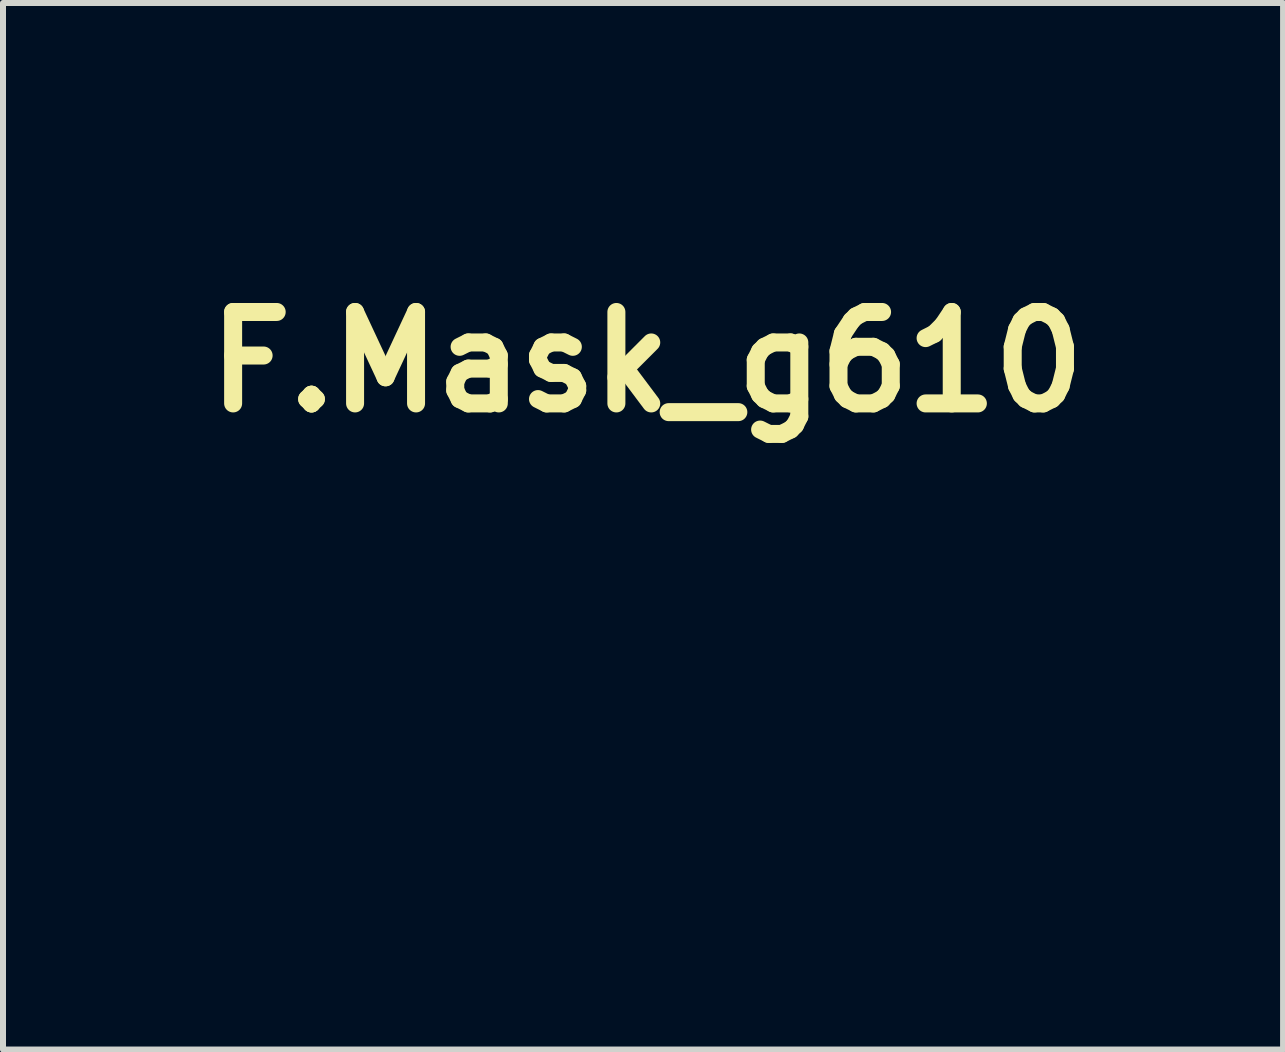
<source format=kicad_pcb>
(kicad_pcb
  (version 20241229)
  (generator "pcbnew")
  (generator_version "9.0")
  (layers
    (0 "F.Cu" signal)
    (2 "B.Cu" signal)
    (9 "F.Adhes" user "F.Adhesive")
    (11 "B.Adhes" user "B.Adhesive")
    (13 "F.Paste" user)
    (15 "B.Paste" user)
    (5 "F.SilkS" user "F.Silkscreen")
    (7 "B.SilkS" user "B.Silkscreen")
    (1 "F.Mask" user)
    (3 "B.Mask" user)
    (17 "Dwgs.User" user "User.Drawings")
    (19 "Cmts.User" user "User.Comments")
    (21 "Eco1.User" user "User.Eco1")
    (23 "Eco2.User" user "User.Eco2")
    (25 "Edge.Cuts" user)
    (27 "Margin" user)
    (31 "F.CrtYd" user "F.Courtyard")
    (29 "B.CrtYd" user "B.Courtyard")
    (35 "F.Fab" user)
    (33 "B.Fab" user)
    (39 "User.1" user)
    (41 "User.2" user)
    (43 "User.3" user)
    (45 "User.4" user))
  (footprint "F.Mask_g610"
    (layer "F.Cu")
    (at 7.729 2.983)
    (property "Reference" "F.Mask_g610" (at 0 0 0) (layer "F.SilkS") (effects (font (size 1.524 1.524) (thickness 0.3))))
    (attr through_hole)
    (fp_poly (pts (xy 7.408 3.281) (xy 7.505 3.282) (xy 7.566 3.289) (xy 7.594 3.306) (xy 7.596 3.338) (xy 7.577 3.389) (xy 7.563 3.418) (xy 7.527 3.493) (xy 7.174 3.493) (xy 7.187 3.413) (xy 7.198 3.352) (xy 7.211 3.313) (xy 7.236 3.292) (xy 7.282 3.283) (xy 7.356 3.281) (xy 7.408 3.281)) (stroke (width 0.01) (type solid)) (fill yes) (layer "F.Mask"))
    (fp_poly (pts (xy 6.824 4.215) (xy 6.834 4.31) (xy 6.835 4.424) (xy 6.826 4.535) (xy 6.823 4.556) (xy 6.81 4.636) (xy -7.038 4.634) (xy -7.17 4.413) (xy -7.221 4.326) (xy -7.263 4.252) (xy -7.292 4.197) (xy -7.302 4.171) (xy -7.303 4.171) (xy -7.285 4.168) (xy -7.234 4.166) (xy -7.148 4.164) (xy -7.026 4.162) (xy -6.868 4.161) (xy -6.675 4.159) (xy -6.445 4.158) (xy -6.178 4.156) (xy -5.873 4.155) (xy -5.531 4.154) (xy -5.15 4.153) (xy -4.731 4.152) (xy -4.273 4.151) (xy -3.775 4.15) (xy -3.237 4.15) (xy -2.659 4.149) (xy -2.039 4.149) (xy -1.379 4.149) (xy -0.677 4.149) (xy -0.246 4.149) (xy 6.81 4.149) (xy 6.824 4.215)) (stroke (width 0.01) (type solid)) (fill yes) (layer "F.Mask"))
    (fp_poly (pts (xy -0.088 5.191) (xy 0.436 5.191) (xy 0.95 5.192) (xy 1.451 5.193) (xy 1.937 5.193) (xy 2.408 5.194) (xy 2.862 5.195) (xy 3.297 5.196) (xy 3.711 5.197) (xy 4.103 5.198) (xy 4.471 5.199) (xy 4.813 5.2) (xy 5.129 5.201) (xy 5.415 5.202) (xy 5.672 5.204) (xy 5.896 5.205) (xy 6.087 5.206) (xy 6.243 5.207) (xy 6.362 5.209) (xy 6.443 5.21) (xy 6.484 5.211) (xy 6.489 5.212) (xy 6.483 5.234) (xy 6.453 5.282) (xy 6.404 5.349) (xy 6.341 5.429) (xy 6.268 5.516) (xy 6.189 5.605) (xy 6.141 5.657) (xy 6.026 5.779) (xy -0.072 5.777) (xy -6.17 5.776) (xy -6.329 5.583) (xy -6.401 5.494) (xy -6.473 5.406) (xy -6.535 5.33) (xy -6.569 5.287) (xy -6.65 5.185) (xy -0.088 5.191)) (stroke (width 0.01) (type solid)) (fill yes) (layer "F.Mask"))
    (fp_poly (pts (xy 0.084 8.26) (xy 0.312 8.261) (xy 0.534 8.261) (xy 0.745 8.262) (xy 0.941 8.263) (xy 1.119 8.265) (xy 1.273 8.266) (xy 1.4 8.268) (xy 1.496 8.27) (xy 1.557 8.272) (xy 1.577 8.274) (xy 1.593 8.282) (xy 1.58 8.291) (xy 1.534 8.302) (xy 1.452 8.318) (xy 1.344 8.336) (xy 0.949 8.391) (xy 0.575 8.428) (xy 0.204 8.447) (xy -0.179 8.45) (xy -0.445 8.443) (xy -0.571 8.439) (xy -0.676 8.434) (xy -0.768 8.428) (xy -0.856 8.42) (xy -0.948 8.41) (xy -1.053 8.396) (xy -1.18 8.378) (xy -1.337 8.354) (xy -1.397 8.344) (xy -1.534 8.323) (xy -1.631 8.305) (xy -1.69 8.292) (xy -1.715 8.281) (xy -1.706 8.274) (xy -1.704 8.274) (xy -1.671 8.271) (xy -1.6 8.269) (xy -1.495 8.267) (xy -1.36 8.265) (xy -1.199 8.264) (xy -1.016 8.263) (xy -0.815 8.262) (xy -0.601 8.261) (xy -0.377 8.26) (xy -0.147 8.26) (xy 0.084 8.26)) (stroke (width 0.01) (type solid)) (fill yes) (layer "F.Mask"))
    (fp_poly (pts (xy -0.571 6.226) (xy -0.153 6.226) (xy 0.265 6.226) (xy 0.682 6.226) (xy 1.095 6.227) (xy 1.501 6.227) (xy 1.899 6.228) (xy 2.286 6.228) (xy 2.659 6.229) (xy 3.016 6.23) (xy 3.355 6.231) (xy 3.673 6.232) (xy 3.968 6.233) (xy 4.238 6.234) (xy 4.479 6.235) (xy 4.691 6.236) (xy 4.869 6.237) (xy 5.012 6.239) (xy 5.118 6.24) (xy 5.184 6.242) (xy 5.573 6.255) (xy 5.385 6.416) (xy 5.296 6.49) (xy 5.187 6.579) (xy 5.069 6.674) (xy 4.956 6.764) (xy 4.934 6.781) (xy 4.672 6.985) (xy -0.061 6.984) (xy -4.794 6.983) (xy -5.03 6.797) (xy -5.141 6.708) (xy -5.265 6.608) (xy -5.385 6.508) (xy -5.478 6.431) (xy -5.69 6.251) (xy -5.168 6.237) (xy -5.091 6.236) (xy -4.976 6.234) (xy -4.823 6.233) (xy -4.636 6.232) (xy -4.416 6.231) (xy -4.167 6.23) (xy -3.891 6.229) (xy -3.59 6.228) (xy -3.266 6.228) (xy -2.922 6.227) (xy -2.56 6.227) (xy -2.183 6.226) (xy -1.793 6.226) (xy -1.393 6.226) (xy -0.985 6.226) (xy -0.571 6.226)) (stroke (width 0.01) (type solid)) (fill yes) (layer "F.Mask"))
    (fp_poly (pts (xy 6.781 3.36) (xy 6.79 3.419) (xy 6.794 3.462) (xy 6.794 3.466) (xy 6.787 3.469) (xy 6.764 3.471) (xy 6.725 3.473) (xy 6.668 3.475) (xy 6.591 3.477) (xy 6.495 3.479) (xy 6.378 3.48) (xy 6.239 3.482) (xy 6.076 3.483) (xy 5.889 3.485) (xy 5.675 3.486) (xy 5.436 3.487) (xy 5.168 3.488) (xy 4.871 3.489) (xy 4.544 3.489) (xy 4.185 3.49) (xy 3.794 3.491) (xy 3.37 3.491) (xy 2.91 3.492) (xy 2.415 3.492) (xy 1.883 3.492) (xy 1.313 3.492) (xy 0.703 3.492) (xy 0.053 3.492) (xy -0.424 3.493) (xy -7.643 3.493) (xy -7.684 3.403) (xy -7.724 3.313) (xy -7.624 3.299) (xy -7.596 3.297) (xy -7.526 3.296) (xy -7.418 3.295) (xy -7.272 3.294) (xy -7.089 3.293) (xy -6.873 3.292) (xy -6.623 3.291) (xy -6.342 3.29) (xy -6.031 3.29) (xy -5.692 3.289) (xy -5.327 3.288) (xy -4.936 3.287) (xy -4.522 3.286) (xy -4.086 3.286) (xy -3.63 3.285) (xy -3.155 3.285) (xy -2.663 3.284) (xy -2.155 3.284) (xy -1.633 3.283) (xy -1.098 3.283) (xy -0.553 3.283) (xy -0.378 3.283) (xy 6.768 3.281) (xy 6.781 3.36)) (stroke (width 0.01) (type solid)) (fill yes) (layer "F.Mask"))
    (fp_poly (pts (xy -0.45 -2.972) (xy -0.285 -2.956) (xy -0.147 -2.927) (xy -0.142 -2.926) (xy 0.115 -2.831) (xy 0.356 -2.701) (xy 0.574 -2.54) (xy 0.632 -2.488) (xy 0.82 -2.283) (xy 0.975 -2.056) (xy 1.095 -1.811) (xy 1.18 -1.552) (xy 1.228 -1.284) (xy 1.24 -1.012) (xy 1.214 -0.739) (xy 1.149 -0.471) (xy 1.059 -0.239) (xy 0.95 -0.036) (xy 0.824 0.143) (xy 0.669 0.314) (xy 0.628 0.353) (xy 0.423 0.522) (xy 0.196 0.658) (xy -0.057 0.762) (xy -0.059 0.763) (xy -0.145 0.791) (xy -0.218 0.811) (xy -0.288 0.823) (xy -0.367 0.831) (xy -0.468 0.836) (xy -0.572 0.839) (xy -0.75 0.84) (xy -0.89 0.833) (xy -0.994 0.819) (xy -1.005 0.817) (xy -1.277 0.733) (xy -1.528 0.614) (xy -1.757 0.458) (xy -1.878 0.352) (xy -2.075 0.137) (xy -2.235 -0.098) (xy -2.358 -0.353) (xy -2.437 -0.606) (xy -2.471 -0.797) (xy -2.486 -1.008) (xy -2.481 -1.224) (xy -2.458 -1.427) (xy -2.436 -1.535) (xy -2.345 -1.809) (xy -2.22 -2.062) (xy -2.063 -2.29) (xy -1.877 -2.491) (xy -1.663 -2.663) (xy -1.424 -2.803) (xy -1.163 -2.909) (xy -1.107 -2.926) (xy -0.97 -2.955) (xy -0.806 -2.972) (xy -0.628 -2.978) (xy -0.45 -2.972)) (stroke (width 0.01) (type solid)) (fill yes) (layer "F.Mask"))
    (fp_poly (pts (xy 0.29 7.241) (xy 0.661 7.241) (xy 1.027 7.242) (xy 1.384 7.243) (xy 1.73 7.244) (xy 2.064 7.246) (xy 2.382 7.248) (xy 2.682 7.25) (xy 2.962 7.253) (xy 3.219 7.255) (xy 3.452 7.259) (xy 3.658 7.262) (xy 3.833 7.265) (xy 3.978 7.269) (xy 4.087 7.273) (xy 4.161 7.277) (xy 4.195 7.281) (xy 4.197 7.283) (xy 4.17 7.301) (xy 4.111 7.334) (xy 4.028 7.379) (xy 3.925 7.433) (xy 3.811 7.492) (xy 3.69 7.554) (xy 3.571 7.614) (xy 3.458 7.669) (xy 3.36 7.717) (xy 3.323 7.734) (xy 3.225 7.777) (xy 3.098 7.829) (xy 2.953 7.886) (xy 2.801 7.944) (xy 2.654 7.997) (xy 2.65 7.998) (xy 2.221 8.149) (xy -0.07 8.147) (xy -2.36 8.145) (xy -2.54 8.081) (xy -2.751 8.004) (xy -2.93 7.938) (xy -3.083 7.88) (xy -3.217 7.826) (xy -3.34 7.774) (xy -3.46 7.72) (xy -3.583 7.662) (xy -3.694 7.608) (xy -3.822 7.544) (xy -3.945 7.481) (xy -4.054 7.424) (xy -4.143 7.377) (xy -4.202 7.343) (xy -4.209 7.338) (xy -4.322 7.267) (xy -2.939 7.253) (xy -2.618 7.25) (xy -2.283 7.248) (xy -1.935 7.245) (xy -1.577 7.244) (xy -1.21 7.242) (xy -0.838 7.241) (xy -0.462 7.241) (xy -0.086 7.241) (xy 0.29 7.241)) (stroke (width 0.01) (type solid)) (fill yes) (layer "F.Mask")))
  (gr_rect
    (start -3 -3)
    (end 18.33 14.438)
    (stroke (width 0.1) (type default))
    (fill no)
    (layer "Edge.Cuts")))
</source>
